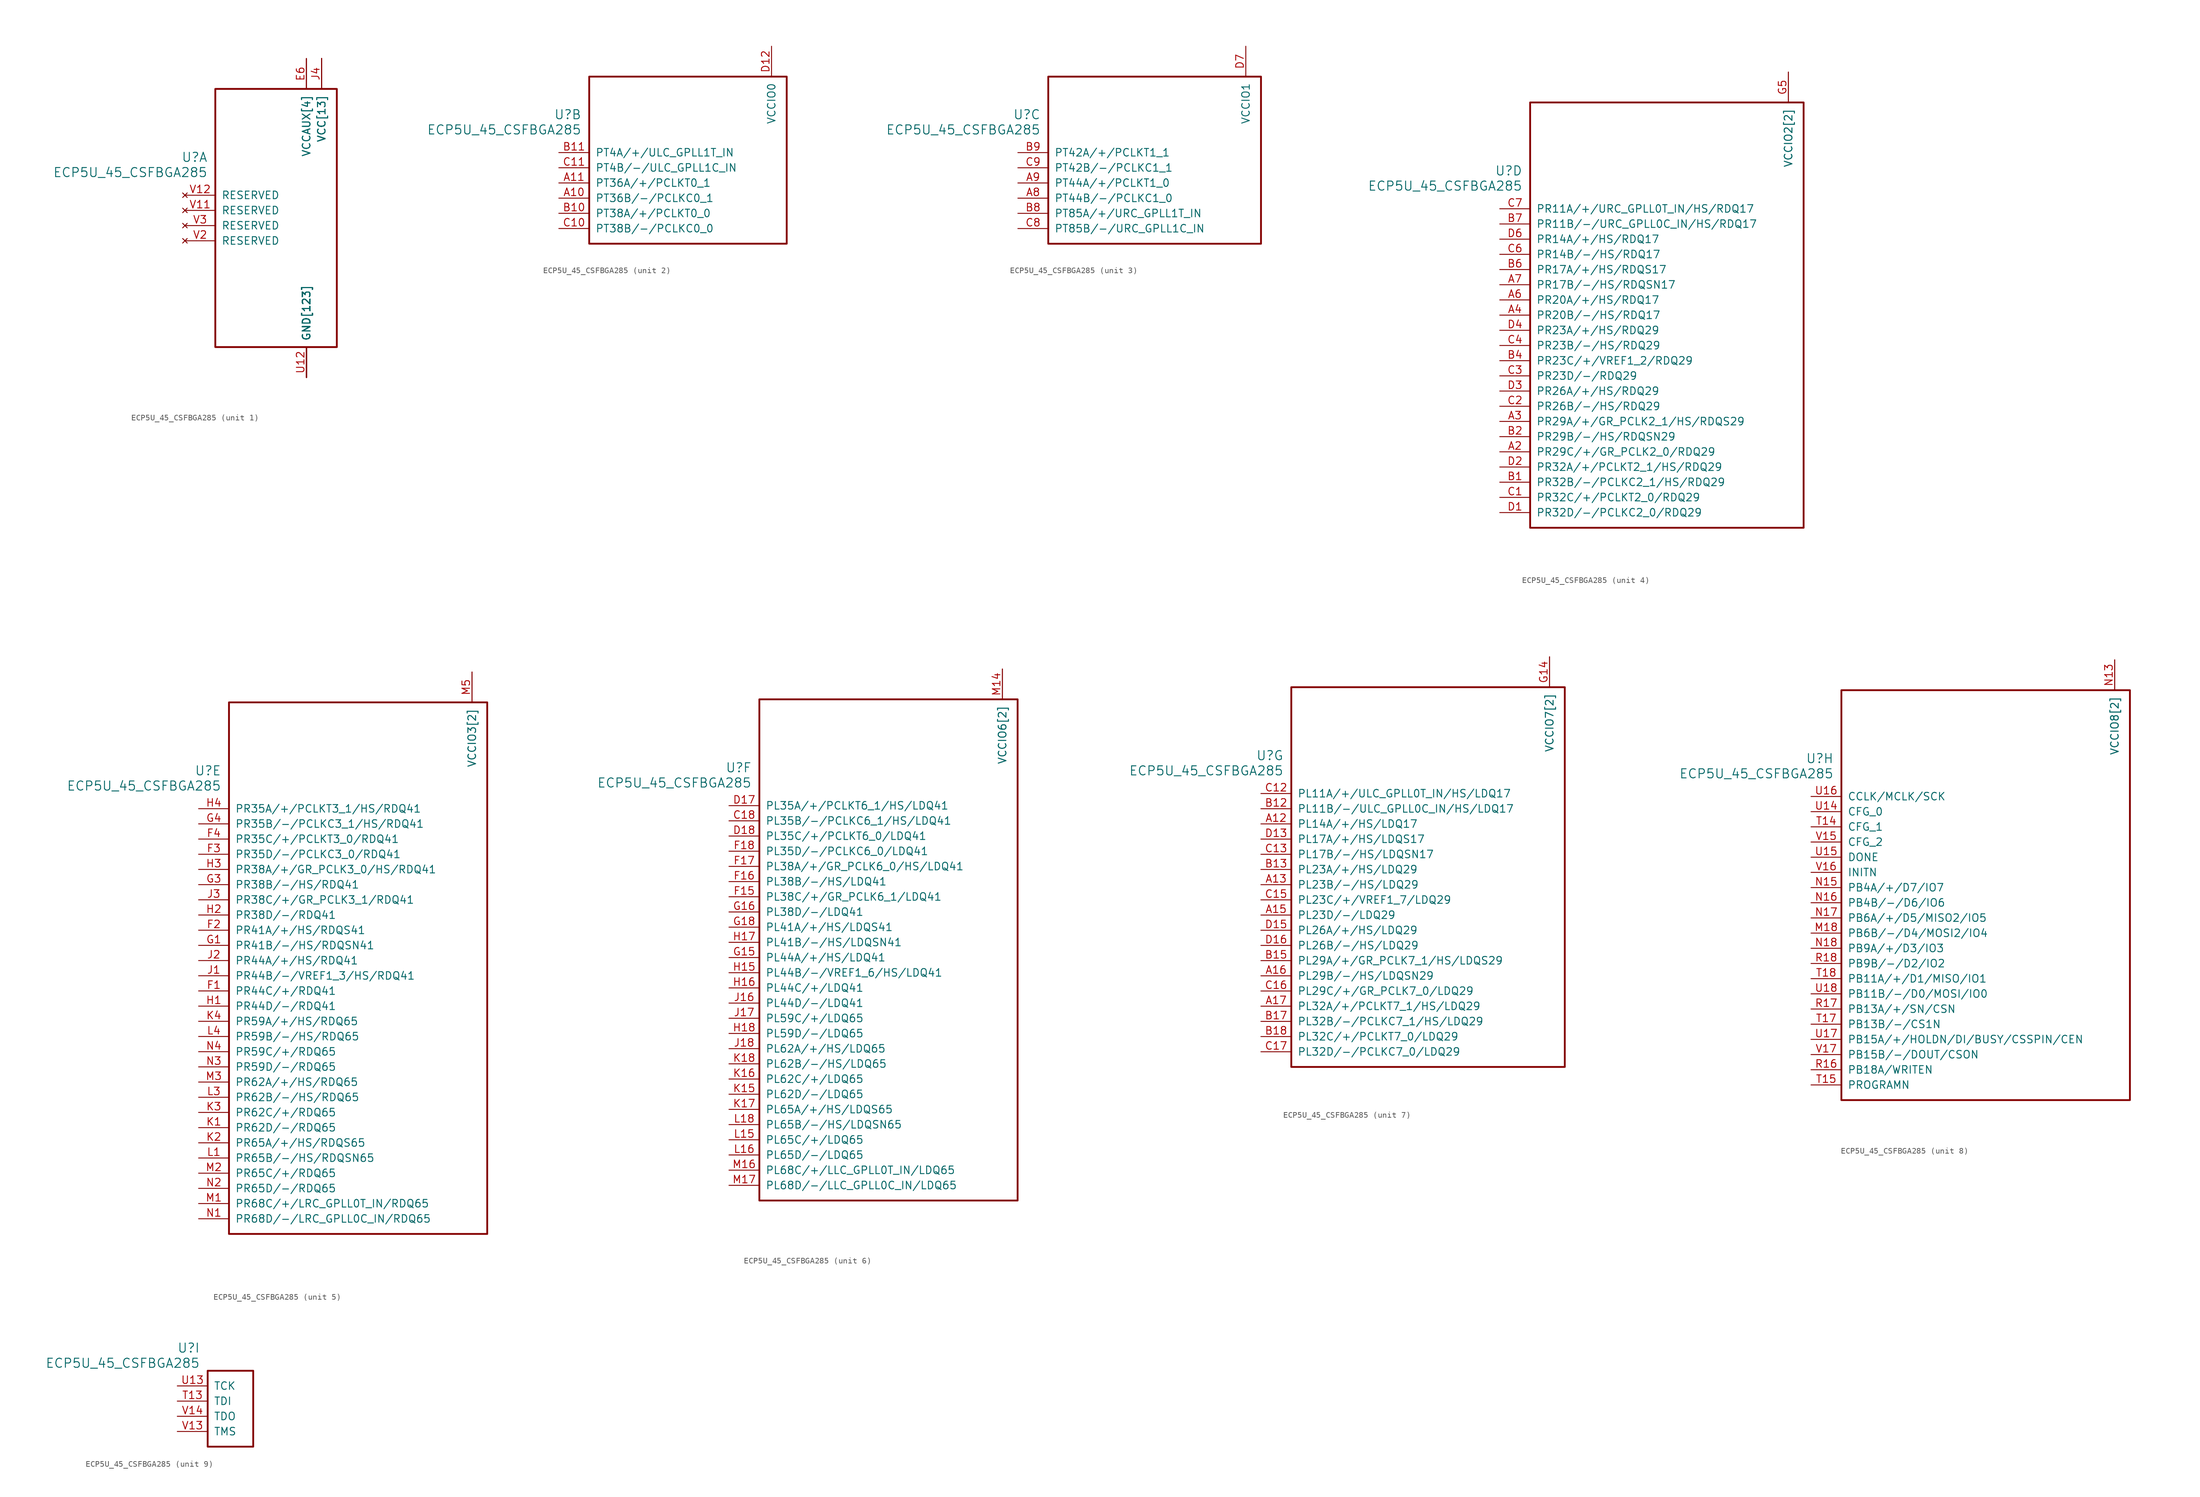
<source format=kicad_sym>
(kicad_symbol_lib
  (version 20241209)
  (generator "kicad_symbol_editor")
  (generator_version "9.0")
  (symbol "ECP5U_45_CSFBGA285"
    (pin_names
      (offset 1.016))
    (property "Reference" "U"
      (at 3.81 6.35 0)
      (effects (font (size 1.524 1.524)) (justify right)))
    (property "Value" "ECP5U_45_CSFBGA285"
      (at 3.81 3.81 0)
      (effects (font (size 1.524 1.524)) (justify right)))
    (property "ki_locked" ""
      (at 0 0 0)
      (effects (font (size 1.27 1.27))))
    (symbol "ECP5U_45_CSFBGA285_1_1"
      (rectangle (start 5.08 17.78) (end 25.4 -25.4) (stroke (width 0.305) (type solid)) (fill (type none)))
      (pin no_connect line (at 0 0 0) (length 5.08) (name "RESERVED" (effects (font (size 1.27 1.27)))) (number "V12" (effects (font (size 1.27 1.27)))))
      (pin no_connect line (at 0 -2.54 0) (length 5.08) (name "RESERVED" (effects (font (size 1.27 1.27)))) (number "V11" (effects (font (size 1.27 1.27)))))
      (pin no_connect line (at 0 -5.08 0) (length 5.08) (name "RESERVED" (effects (font (size 1.27 1.27)))) (number "V3" (effects (font (size 1.27 1.27)))))
      (pin no_connect line (at 0 -7.62 0) (length 5.08) (name "RESERVED" (effects (font (size 1.27 1.27)))) (number "V2" (effects (font (size 1.27 1.27)))))
      (pin power_in line (at 20.32 22.86 270) (length 5.08) (name "VCCAUX[4]" (effects (font (size 1.27 1.27)))) (number "E13" (effects (font (size 0 0)))))
      (pin power_in line (at 20.32 22.86 270) (length 5.08) (name "VCCAUX[4]" (effects (font (size 1.27 1.27)))) (number "E6" (effects (font (size 1.27 1.27)))))
      (pin power_in line (at 20.32 22.86 270) (length 5.08) (name "VCCAUX[4]" (effects (font (size 1.27 1.27)))) (number "N6" (effects (font (size 0 0)))))
      (pin power_in line (at 20.32 22.86 270) (length 5.08) (name "VCCAUX[4]" (effects (font (size 1.27 1.27)))) (number "P13" (effects (font (size 0 0)))))
      (pin power_in line (at 20.32 -30.48 90) (length 5.08) (name "GND[123]" (effects (font (size 1.27 1.27)))) (number "B16" (effects (font (size 0 0)))))
      (pin power_in line (at 20.32 -30.48 90) (length 5.08) (name "GND[123]" (effects (font (size 1.27 1.27)))) (number "B3" (effects (font (size 0 0)))))
      (pin power_in line (at 20.32 -30.48 90) (length 5.08) (name "GND[123]" (effects (font (size 1.27 1.27)))) (number "E10" (effects (font (size 0 0)))))
      (pin power_in line (at 20.32 -30.48 90) (length 5.08) (name "GND[123]" (effects (font (size 1.27 1.27)))) (number "E11" (effects (font (size 0 0)))))
      (pin power_in line (at 20.32 -30.48 90) (length 5.08) (name "GND[123]" (effects (font (size 1.27 1.27)))) (number "E12" (effects (font (size 0 0)))))
      (pin power_in line (at 20.32 -30.48 90) (length 5.08) (name "GND[123]" (effects (font (size 1.27 1.27)))) (number "E14" (effects (font (size 0 0)))))
      (pin power_in line (at 20.32 -30.48 90) (length 5.08) (name "GND[123]" (effects (font (size 1.27 1.27)))) (number "E5" (effects (font (size 0 0)))))
      (pin power_in line (at 20.32 -30.48 90) (length 5.08) (name "GND[123]" (effects (font (size 1.27 1.27)))) (number "E7" (effects (font (size 0 0)))))
      (pin power_in line (at 20.32 -30.48 90) (length 5.08) (name "GND[123]" (effects (font (size 1.27 1.27)))) (number "E8" (effects (font (size 0 0)))))
      (pin power_in line (at 20.32 -30.48 90) (length 5.08) (name "GND[123]" (effects (font (size 1.27 1.27)))) (number "E9" (effects (font (size 0 0)))))
      (pin power_in line (at 20.32 -30.48 90) (length 5.08) (name "GND[123]" (effects (font (size 1.27 1.27)))) (number "F10" (effects (font (size 0 0)))))
      (pin power_in line (at 20.32 -30.48 90) (length 5.08) (name "GND[123]" (effects (font (size 1.27 1.27)))) (number "F11" (effects (font (size 0 0)))))
      (pin power_in line (at 20.32 -30.48 90) (length 5.08) (name "GND[123]" (effects (font (size 1.27 1.27)))) (number "F12" (effects (font (size 0 0)))))
      (pin power_in line (at 20.32 -30.48 90) (length 5.08) (name "GND[123]" (effects (font (size 1.27 1.27)))) (number "F13" (effects (font (size 0 0)))))
      (pin power_in line (at 20.32 -30.48 90) (length 5.08) (name "GND[123]" (effects (font (size 1.27 1.27)))) (number "F14" (effects (font (size 0 0)))))
      (pin power_in line (at 20.32 -30.48 90) (length 5.08) (name "GND[123]" (effects (font (size 1.27 1.27)))) (number "F5" (effects (font (size 0 0)))))
      (pin power_in line (at 20.32 -30.48 90) (length 5.08) (name "GND[123]" (effects (font (size 1.27 1.27)))) (number "F6" (effects (font (size 0 0)))))
      (pin power_in line (at 20.32 -30.48 90) (length 5.08) (name "GND[123]" (effects (font (size 1.27 1.27)))) (number "F7" (effects (font (size 0 0)))))
      (pin power_in line (at 20.32 -30.48 90) (length 5.08) (name "GND[123]" (effects (font (size 1.27 1.27)))) (number "F8" (effects (font (size 0 0)))))
      (pin power_in line (at 20.32 -30.48 90) (length 5.08) (name "GND[123]" (effects (font (size 1.27 1.27)))) (number "F9" (effects (font (size 0 0)))))
      (pin power_in line (at 20.32 -30.48 90) (length 5.08) (name "GND[123]" (effects (font (size 1.27 1.27)))) (number "G10" (effects (font (size 0 0)))))
      (pin power_in line (at 20.32 -30.48 90) (length 5.08) (name "GND[123]" (effects (font (size 1.27 1.27)))) (number "G11" (effects (font (size 0 0)))))
      (pin power_in line (at 20.32 -30.48 90) (length 5.08) (name "GND[123]" (effects (font (size 1.27 1.27)))) (number "G12" (effects (font (size 0 0)))))
      (pin power_in line (at 20.32 -30.48 90) (length 5.08) (name "GND[123]" (effects (font (size 1.27 1.27)))) (number "G13" (effects (font (size 0 0)))))
      (pin power_in line (at 20.32 -30.48 90) (length 5.08) (name "GND[123]" (effects (font (size 1.27 1.27)))) (number "G17" (effects (font (size 0 0)))))
      (pin power_in line (at 20.32 -30.48 90) (length 5.08) (name "GND[123]" (effects (font (size 1.27 1.27)))) (number "G2" (effects (font (size 0 0)))))
      (pin power_in line (at 20.32 -30.48 90) (length 5.08) (name "GND[123]" (effects (font (size 1.27 1.27)))) (number "G6" (effects (font (size 0 0)))))
      (pin power_in line (at 20.32 -30.48 90) (length 5.08) (name "GND[123]" (effects (font (size 1.27 1.27)))) (number "G7" (effects (font (size 0 0)))))
      (pin power_in line (at 20.32 -30.48 90) (length 5.08) (name "GND[123]" (effects (font (size 1.27 1.27)))) (number "G8" (effects (font (size 0 0)))))
      (pin power_in line (at 20.32 -30.48 90) (length 5.08) (name "GND[123]" (effects (font (size 1.27 1.27)))) (number "G9" (effects (font (size 0 0)))))
      (pin power_in line (at 20.32 -30.48 90) (length 5.08) (name "GND[123]" (effects (font (size 1.27 1.27)))) (number "H10" (effects (font (size 0 0)))))
      (pin power_in line (at 20.32 -30.48 90) (length 5.08) (name "GND[123]" (effects (font (size 1.27 1.27)))) (number "H11" (effects (font (size 0 0)))))
      (pin power_in line (at 20.32 -30.48 90) (length 5.08) (name "GND[123]" (effects (font (size 1.27 1.27)))) (number "H12" (effects (font (size 0 0)))))
      (pin power_in line (at 20.32 -30.48 90) (length 5.08) (name "GND[123]" (effects (font (size 1.27 1.27)))) (number "H13" (effects (font (size 0 0)))))
      (pin power_in line (at 20.32 -30.48 90) (length 5.08) (name "GND[123]" (effects (font (size 1.27 1.27)))) (number "H6" (effects (font (size 0 0)))))
      (pin power_in line (at 20.32 -30.48 90) (length 5.08) (name "GND[123]" (effects (font (size 1.27 1.27)))) (number "H7" (effects (font (size 0 0)))))
      (pin power_in line (at 20.32 -30.48 90) (length 5.08) (name "GND[123]" (effects (font (size 1.27 1.27)))) (number "H8" (effects (font (size 0 0)))))
      (pin power_in line (at 20.32 -30.48 90) (length 5.08) (name "GND[123]" (effects (font (size 1.27 1.27)))) (number "H9" (effects (font (size 0 0)))))
      (pin power_in line (at 20.32 -30.48 90) (length 5.08) (name "GND[123]" (effects (font (size 1.27 1.27)))) (number "J10" (effects (font (size 0 0)))))
      (pin power_in line (at 20.32 -30.48 90) (length 5.08) (name "GND[123]" (effects (font (size 1.27 1.27)))) (number "J11" (effects (font (size 0 0)))))
      (pin power_in line (at 20.32 -30.48 90) (length 5.08) (name "GND[123]" (effects (font (size 1.27 1.27)))) (number "J12" (effects (font (size 0 0)))))
      (pin power_in line (at 20.32 -30.48 90) (length 5.08) (name "GND[123]" (effects (font (size 1.27 1.27)))) (number "J13" (effects (font (size 0 0)))))
      (pin power_in line (at 20.32 -30.48 90) (length 5.08) (name "GND[123]" (effects (font (size 1.27 1.27)))) (number "J6" (effects (font (size 0 0)))))
      (pin power_in line (at 20.32 -30.48 90) (length 5.08) (name "GND[123]" (effects (font (size 1.27 1.27)))) (number "J7" (effects (font (size 0 0)))))
      (pin power_in line (at 20.32 -30.48 90) (length 5.08) (name "GND[123]" (effects (font (size 1.27 1.27)))) (number "J8" (effects (font (size 0 0)))))
      (pin power_in line (at 20.32 -30.48 90) (length 5.08) (name "GND[123]" (effects (font (size 1.27 1.27)))) (number "J9" (effects (font (size 0 0)))))
      (pin power_in line (at 20.32 -30.48 90) (length 5.08) (name "GND[123]" (effects (font (size 1.27 1.27)))) (number "K10" (effects (font (size 0 0)))))
      (pin power_in line (at 20.32 -30.48 90) (length 5.08) (name "GND[123]" (effects (font (size 1.27 1.27)))) (number "K11" (effects (font (size 0 0)))))
      (pin power_in line (at 20.32 -30.48 90) (length 5.08) (name "GND[123]" (effects (font (size 1.27 1.27)))) (number "K12" (effects (font (size 0 0)))))
      (pin power_in line (at 20.32 -30.48 90) (length 5.08) (name "GND[123]" (effects (font (size 1.27 1.27)))) (number "K13" (effects (font (size 0 0)))))
      (pin power_in line (at 20.32 -30.48 90) (length 5.08) (name "GND[123]" (effects (font (size 1.27 1.27)))) (number "K14" (effects (font (size 0 0)))))
      (pin power_in line (at 20.32 -30.48 90) (length 5.08) (name "GND[123]" (effects (font (size 1.27 1.27)))) (number "K5" (effects (font (size 0 0)))))
      (pin power_in line (at 20.32 -30.48 90) (length 5.08) (name "GND[123]" (effects (font (size 1.27 1.27)))) (number "K6" (effects (font (size 0 0)))))
      (pin power_in line (at 20.32 -30.48 90) (length 5.08) (name "GND[123]" (effects (font (size 1.27 1.27)))) (number "K7" (effects (font (size 0 0)))))
      (pin power_in line (at 20.32 -30.48 90) (length 5.08) (name "GND[123]" (effects (font (size 1.27 1.27)))) (number "K8" (effects (font (size 0 0)))))
      (pin power_in line (at 20.32 -30.48 90) (length 5.08) (name "GND[123]" (effects (font (size 1.27 1.27)))) (number "K9" (effects (font (size 0 0)))))
      (pin power_in line (at 20.32 -30.48 90) (length 5.08) (name "GND[123]" (effects (font (size 1.27 1.27)))) (number "L10" (effects (font (size 0 0)))))
      (pin power_in line (at 20.32 -30.48 90) (length 5.08) (name "GND[123]" (effects (font (size 1.27 1.27)))) (number "L11" (effects (font (size 0 0)))))
      (pin power_in line (at 20.32 -30.48 90) (length 5.08) (name "GND[123]" (effects (font (size 1.27 1.27)))) (number "L12" (effects (font (size 0 0)))))
      (pin power_in line (at 20.32 -30.48 90) (length 5.08) (name "GND[123]" (effects (font (size 1.27 1.27)))) (number "L13" (effects (font (size 0 0)))))
      (pin power_in line (at 20.32 -30.48 90) (length 5.08) (name "GND[123]" (effects (font (size 1.27 1.27)))) (number "L14" (effects (font (size 0 0)))))
      (pin power_in line (at 20.32 -30.48 90) (length 5.08) (name "GND[123]" (effects (font (size 1.27 1.27)))) (number "L17" (effects (font (size 0 0)))))
      (pin power_in line (at 20.32 -30.48 90) (length 5.08) (name "GND[123]" (effects (font (size 1.27 1.27)))) (number "L2" (effects (font (size 0 0)))))
      (pin power_in line (at 20.32 -30.48 90) (length 5.08) (name "GND[123]" (effects (font (size 1.27 1.27)))) (number "L5" (effects (font (size 0 0)))))
      (pin power_in line (at 20.32 -30.48 90) (length 5.08) (name "GND[123]" (effects (font (size 1.27 1.27)))) (number "L6" (effects (font (size 0 0)))))
      (pin power_in line (at 20.32 -30.48 90) (length 5.08) (name "GND[123]" (effects (font (size 1.27 1.27)))) (number "L7" (effects (font (size 0 0)))))
      (pin power_in line (at 20.32 -30.48 90) (length 5.08) (name "GND[123]" (effects (font (size 1.27 1.27)))) (number "L8" (effects (font (size 0 0)))))
      (pin power_in line (at 20.32 -30.48 90) (length 5.08) (name "GND[123]" (effects (font (size 1.27 1.27)))) (number "L9" (effects (font (size 0 0)))))
      (pin power_in line (at 20.32 -30.48 90) (length 5.08) (name "GND[123]" (effects (font (size 1.27 1.27)))) (number "M10" (effects (font (size 0 0)))))
      (pin power_in line (at 20.32 -30.48 90) (length 5.08) (name "GND[123]" (effects (font (size 1.27 1.27)))) (number "M11" (effects (font (size 0 0)))))
      (pin power_in line (at 20.32 -30.48 90) (length 5.08) (name "GND[123]" (effects (font (size 1.27 1.27)))) (number "M12" (effects (font (size 0 0)))))
      (pin power_in line (at 20.32 -30.48 90) (length 5.08) (name "GND[123]" (effects (font (size 1.27 1.27)))) (number "M13" (effects (font (size 0 0)))))
      (pin power_in line (at 20.32 -30.48 90) (length 5.08) (name "GND[123]" (effects (font (size 1.27 1.27)))) (number "M6" (effects (font (size 0 0)))))
      (pin power_in line (at 20.32 -30.48 90) (length 5.08) (name "GND[123]" (effects (font (size 1.27 1.27)))) (number "M7" (effects (font (size 0 0)))))
      (pin power_in line (at 20.32 -30.48 90) (length 5.08) (name "GND[123]" (effects (font (size 1.27 1.27)))) (number "M8" (effects (font (size 0 0)))))
      (pin power_in line (at 20.32 -30.48 90) (length 5.08) (name "GND[123]" (effects (font (size 1.27 1.27)))) (number "M9" (effects (font (size 0 0)))))
      (pin power_in line (at 20.32 -30.48 90) (length 5.08) (name "GND[123]" (effects (font (size 1.27 1.27)))) (number "N10" (effects (font (size 0 0)))))
      (pin power_in line (at 20.32 -30.48 90) (length 5.08) (name "GND[123]" (effects (font (size 1.27 1.27)))) (number "N11" (effects (font (size 0 0)))))
      (pin power_in line (at 20.32 -30.48 90) (length 5.08) (name "GND[123]" (effects (font (size 1.27 1.27)))) (number "N12" (effects (font (size 0 0)))))
      (pin power_in line (at 20.32 -30.48 90) (length 5.08) (name "GND[123]" (effects (font (size 1.27 1.27)))) (number "N7" (effects (font (size 0 0)))))
      (pin power_in line (at 20.32 -30.48 90) (length 5.08) (name "GND[123]" (effects (font (size 1.27 1.27)))) (number "N8" (effects (font (size 0 0)))))
      (pin power_in line (at 20.32 -30.48 90) (length 5.08) (name "GND[123]" (effects (font (size 1.27 1.27)))) (number "N9" (effects (font (size 0 0)))))
      (pin power_in line (at 20.32 -30.48 90) (length 5.08) (name "GND[123]" (effects (font (size 1.27 1.27)))) (number "P10" (effects (font (size 0 0)))))
      (pin power_in line (at 20.32 -30.48 90) (length 5.08) (name "GND[123]" (effects (font (size 1.27 1.27)))) (number "P12" (effects (font (size 0 0)))))
      (pin power_in line (at 20.32 -30.48 90) (length 5.08) (name "GND[123]" (effects (font (size 1.27 1.27)))) (number "P5" (effects (font (size 0 0)))))
      (pin power_in line (at 20.32 -30.48 90) (length 5.08) (name "GND[123]" (effects (font (size 1.27 1.27)))) (number "P6" (effects (font (size 0 0)))))
      (pin power_in line (at 20.32 -30.48 90) (length 5.08) (name "GND[123]" (effects (font (size 1.27 1.27)))) (number "P8" (effects (font (size 0 0)))))
      (pin power_in line (at 20.32 -30.48 90) (length 5.08) (name "GND[123]" (effects (font (size 1.27 1.27)))) (number "R1" (effects (font (size 0 0)))))
      (pin power_in line (at 20.32 -30.48 90) (length 5.08) (name "GND[123]" (effects (font (size 1.27 1.27)))) (number "R10" (effects (font (size 0 0)))))
      (pin power_in line (at 20.32 -30.48 90) (length 5.08) (name "GND[123]" (effects (font (size 1.27 1.27)))) (number "R2" (effects (font (size 0 0)))))
      (pin power_in line (at 20.32 -30.48 90) (length 5.08) (name "GND[123]" (effects (font (size 1.27 1.27)))) (number "R3" (effects (font (size 0 0)))))
      (pin power_in line (at 20.32 -30.48 90) (length 5.08) (name "GND[123]" (effects (font (size 1.27 1.27)))) (number "T1" (effects (font (size 0 0)))))
      (pin power_in line (at 20.32 -30.48 90) (length 5.08) (name "GND[123]" (effects (font (size 1.27 1.27)))) (number "T10" (effects (font (size 0 0)))))
      (pin power_in line (at 20.32 -30.48 90) (length 5.08) (name "GND[123]" (effects (font (size 1.27 1.27)))) (number "T11" (effects (font (size 0 0)))))
      (pin power_in line (at 20.32 -30.48 90) (length 5.08) (name "GND[123]" (effects (font (size 1.27 1.27)))) (number "T12" (effects (font (size 0 0)))))
      (pin power_in line (at 20.32 -30.48 90) (length 5.08) (name "GND[123]" (effects (font (size 1.27 1.27)))) (number "T16" (effects (font (size 0 0)))))
      (pin power_in line (at 20.32 -30.48 90) (length 5.08) (name "GND[123]" (effects (font (size 1.27 1.27)))) (number "T2" (effects (font (size 0 0)))))
      (pin power_in line (at 20.32 -30.48 90) (length 5.08) (name "GND[123]" (effects (font (size 1.27 1.27)))) (number "T3" (effects (font (size 0 0)))))
      (pin power_in line (at 20.32 -30.48 90) (length 5.08) (name "GND[123]" (effects (font (size 1.27 1.27)))) (number "T4" (effects (font (size 0 0)))))
      (pin power_in line (at 20.32 -30.48 90) (length 5.08) (name "GND[123]" (effects (font (size 1.27 1.27)))) (number "T5" (effects (font (size 0 0)))))
      (pin power_in line (at 20.32 -30.48 90) (length 5.08) (name "GND[123]" (effects (font (size 1.27 1.27)))) (number "T6" (effects (font (size 0 0)))))
      (pin power_in line (at 20.32 -30.48 90) (length 5.08) (name "GND[123]" (effects (font (size 1.27 1.27)))) (number "T7" (effects (font (size 0 0)))))
      (pin power_in line (at 20.32 -30.48 90) (length 5.08) (name "GND[123]" (effects (font (size 1.27 1.27)))) (number "T8" (effects (font (size 0 0)))))
      (pin power_in line (at 20.32 -30.48 90) (length 5.08) (name "GND[123]" (effects (font (size 1.27 1.27)))) (number "T9" (effects (font (size 0 0)))))
      (pin power_in line (at 20.32 -30.48 90) (length 5.08) (name "GND[123]" (effects (font (size 1.27 1.27)))) (number "U1" (effects (font (size 0 0)))))
      (pin power_in line (at 20.32 -30.48 90) (length 5.08) (name "GND[123]" (effects (font (size 1.27 1.27)))) (number "U10" (effects (font (size 0 0)))))
      (pin power_in line (at 20.32 -30.48 90) (length 5.08) (name "GND[123]" (effects (font (size 1.27 1.27)))) (number "U11" (effects (font (size 0 0)))))
      (pin power_in line (at 20.32 -30.48 90) (length 5.08) (name "GND[123]" (effects (font (size 1.27 1.27)))) (number "U12" (effects (font (size 1.27 1.27)))))
      (pin power_in line (at 20.32 -30.48 90) (length 5.08) (name "GND[123]" (effects (font (size 1.27 1.27)))) (number "U2" (effects (font (size 0 0)))))
      (pin power_in line (at 20.32 -30.48 90) (length 5.08) (name "GND[123]" (effects (font (size 1.27 1.27)))) (number "U3" (effects (font (size 0 0)))))
      (pin power_in line (at 20.32 -30.48 90) (length 5.08) (name "GND[123]" (effects (font (size 1.27 1.27)))) (number "U4" (effects (font (size 0 0)))))
      (pin power_in line (at 20.32 -30.48 90) (length 5.08) (name "GND[123]" (effects (font (size 1.27 1.27)))) (number "U5" (effects (font (size 0 0)))))
      (pin power_in line (at 20.32 -30.48 90) (length 5.08) (name "GND[123]" (effects (font (size 1.27 1.27)))) (number "U6" (effects (font (size 0 0)))))
      (pin power_in line (at 20.32 -30.48 90) (length 5.08) (name "GND[123]" (effects (font (size 1.27 1.27)))) (number "U7" (effects (font (size 0 0)))))
      (pin power_in line (at 20.32 -30.48 90) (length 5.08) (name "GND[123]" (effects (font (size 1.27 1.27)))) (number "U8" (effects (font (size 0 0)))))
      (pin power_in line (at 20.32 -30.48 90) (length 5.08) (name "GND[123]" (effects (font (size 1.27 1.27)))) (number "U9" (effects (font (size 0 0)))))
      (pin power_in line (at 20.32 -30.48 90) (length 5.08) (name "GND[123]" (effects (font (size 1.27 1.27)))) (number "V10" (effects (font (size 0 0)))))
      (pin power_in line (at 20.32 -30.48 90) (length 5.08) (name "GND[123]" (effects (font (size 1.27 1.27)))) (number "V4" (effects (font (size 0 0)))))
      (pin power_in line (at 20.32 -30.48 90) (length 5.08) (name "GND[123]" (effects (font (size 1.27 1.27)))) (number "V5" (effects (font (size 0 0)))))
      (pin power_in line (at 20.32 -30.48 90) (length 5.08) (name "GND[123]" (effects (font (size 1.27 1.27)))) (number "V6" (effects (font (size 0 0)))))
      (pin power_in line (at 20.32 -30.48 90) (length 5.08) (name "GND[123]" (effects (font (size 1.27 1.27)))) (number "V7" (effects (font (size 0 0)))))
      (pin power_in line (at 20.32 -30.48 90) (length 5.08) (name "GND[123]" (effects (font (size 1.27 1.27)))) (number "V8" (effects (font (size 0 0)))))
      (pin power_in line (at 20.32 -30.48 90) (length 5.08) (name "GND[123]" (effects (font (size 1.27 1.27)))) (number "V9" (effects (font (size 0 0)))))
      (pin power_in line (at 22.86 22.86 270) (length 5.08) (name "VCC[13]" (effects (font (size 1.27 1.27)))) (number "D10" (effects (font (size 0 0)))))
      (pin power_in line (at 22.86 22.86 270) (length 5.08) (name "VCC[13]" (effects (font (size 1.27 1.27)))) (number "D11" (effects (font (size 0 0)))))
      (pin power_in line (at 22.86 22.86 270) (length 5.08) (name "VCC[13]" (effects (font (size 1.27 1.27)))) (number "D8" (effects (font (size 0 0)))))
      (pin power_in line (at 22.86 22.86 270) (length 5.08) (name "VCC[13]" (effects (font (size 1.27 1.27)))) (number "D9" (effects (font (size 0 0)))))
      (pin power_in line (at 22.86 22.86 270) (length 5.08) (name "VCC[13]" (effects (font (size 1.27 1.27)))) (number "J14" (effects (font (size 0 0)))))
      (pin power_in line (at 22.86 22.86 270) (length 5.08) (name "VCC[13]" (effects (font (size 1.27 1.27)))) (number "J15" (effects (font (size 0 0)))))
      (pin power_in line (at 22.86 22.86 270) (length 5.08) (name "VCC[13]" (effects (font (size 1.27 1.27)))) (number "J4" (effects (font (size 1.27 1.27)))))
      (pin power_in line (at 22.86 22.86 270) (length 5.08) (name "VCC[13]" (effects (font (size 1.27 1.27)))) (number "J5" (effects (font (size 0 0)))))
      (pin power_in line (at 22.86 22.86 270) (length 5.08) (name "VCC[13]" (effects (font (size 1.27 1.27)))) (number "M15" (effects (font (size 0 0)))))
      (pin power_in line (at 22.86 22.86 270) (length 5.08) (name "VCC[13]" (effects (font (size 1.27 1.27)))) (number "M4" (effects (font (size 0 0)))))
      (pin power_in line (at 22.86 22.86 270) (length 5.08) (name "VCC[13]" (effects (font (size 1.27 1.27)))) (number "P11" (effects (font (size 0 0)))))
      (pin power_in line (at 22.86 22.86 270) (length 5.08) (name "VCC[13]" (effects (font (size 1.27 1.27)))) (number "P7" (effects (font (size 0 0)))))
      (pin power_in line (at 22.86 22.86 270) (length 5.08) (name "VCC[13]" (effects (font (size 1.27 1.27)))) (number "P9" (effects (font (size 0 0))))))
    (symbol "ECP5U_45_CSFBGA285_2_1"
      (rectangle (start 5.08 12.7) (end 38.1 -15.24) (stroke (width 0.305) (type solid)) (fill (type none)))
      (pin bidirectional line (at 0 0 0) (length 5.08) (name "PT4A/+/ULC_GPLL1T_IN" (effects (font (size 1.27 1.27)))) (number "B11" (effects (font (size 1.27 1.27)))))
      (pin bidirectional line (at 0 -2.54 0) (length 5.08) (name "PT4B/-/ULC_GPLL1C_IN" (effects (font (size 1.27 1.27)))) (number "C11" (effects (font (size 1.27 1.27)))))
      (pin bidirectional line (at 0 -5.08 0) (length 5.08) (name "PT36A/+/PCLKT0_1" (effects (font (size 1.27 1.27)))) (number "A11" (effects (font (size 1.27 1.27)))))
      (pin bidirectional line (at 0 -7.62 0) (length 5.08) (name "PT36B/-/PCLKC0_1" (effects (font (size 1.27 1.27)))) (number "A10" (effects (font (size 1.27 1.27)))))
      (pin bidirectional line (at 0 -10.16 0) (length 5.08) (name "PT38A/+/PCLKT0_0" (effects (font (size 1.27 1.27)))) (number "B10" (effects (font (size 1.27 1.27)))))
      (pin bidirectional line (at 0 -12.7 0) (length 5.08) (name "PT38B/-/PCLKC0_0" (effects (font (size 1.27 1.27)))) (number "C10" (effects (font (size 1.27 1.27)))))
      (pin power_in line (at 35.56 17.78 270) (length 5.08) (name "VCCIO0" (effects (font (size 1.27 1.27)))) (number "D12" (effects (font (size 1.27 1.27))))))
    (symbol "ECP5U_45_CSFBGA285_3_1"
      (rectangle (start 5.08 12.7) (end 40.64 -15.24) (stroke (width 0.305) (type solid)) (fill (type none)))
      (pin bidirectional line (at 0 0 0) (length 5.08) (name "PT42A/+/PCLKT1_1" (effects (font (size 1.27 1.27)))) (number "B9" (effects (font (size 1.27 1.27)))))
      (pin bidirectional line (at 0 -2.54 0) (length 5.08) (name "PT42B/-/PCLKC1_1" (effects (font (size 1.27 1.27)))) (number "C9" (effects (font (size 1.27 1.27)))))
      (pin bidirectional line (at 0 -5.08 0) (length 5.08) (name "PT44A/+/PCLKT1_0" (effects (font (size 1.27 1.27)))) (number "A9" (effects (font (size 1.27 1.27)))))
      (pin bidirectional line (at 0 -7.62 0) (length 5.08) (name "PT44B/-/PCLKC1_0" (effects (font (size 1.27 1.27)))) (number "A8" (effects (font (size 1.27 1.27)))))
      (pin bidirectional line (at 0 -10.16 0) (length 5.08) (name "PT85A/+/URC_GPLL1T_IN" (effects (font (size 1.27 1.27)))) (number "B8" (effects (font (size 1.27 1.27)))))
      (pin bidirectional line (at 0 -12.7 0) (length 5.08) (name "PT85B/-/URC_GPLL1C_IN" (effects (font (size 1.27 1.27)))) (number "C8" (effects (font (size 1.27 1.27)))))
      (pin power_in line (at 38.1 17.78 270) (length 5.08) (name "VCCIO1" (effects (font (size 1.27 1.27)))) (number "D7" (effects (font (size 1.27 1.27))))))
    (symbol "ECP5U_45_CSFBGA285_4_1"
      (rectangle (start 5.08 17.78) (end 50.8 -53.34) (stroke (width 0.305) (type solid)) (fill (type none)))
      (pin bidirectional line (at 0 0 0) (length 5.08) (name "PR11A/+/URC_GPLL0T_IN/HS/RDQ17" (effects (font (size 1.27 1.27)))) (number "C7" (effects (font (size 1.27 1.27)))))
      (pin bidirectional line (at 0 -2.54 0) (length 5.08) (name "PR11B/-/URC_GPLL0C_IN/HS/RDQ17" (effects (font (size 1.27 1.27)))) (number "B7" (effects (font (size 1.27 1.27)))))
      (pin bidirectional line (at 0 -5.08 0) (length 5.08) (name "PR14A/+/HS/RDQ17" (effects (font (size 1.27 1.27)))) (number "D6" (effects (font (size 1.27 1.27)))))
      (pin bidirectional line (at 0 -7.62 0) (length 5.08) (name "PR14B/-/HS/RDQ17" (effects (font (size 1.27 1.27)))) (number "C6" (effects (font (size 1.27 1.27)))))
      (pin bidirectional line (at 0 -10.16 0) (length 5.08) (name "PR17A/+/HS/RDQS17" (effects (font (size 1.27 1.27)))) (number "B6" (effects (font (size 1.27 1.27)))))
      (pin bidirectional line (at 0 -12.7 0) (length 5.08) (name "PR17B/-/HS/RDQSN17" (effects (font (size 1.27 1.27)))) (number "A7" (effects (font (size 1.27 1.27)))))
      (pin bidirectional line (at 0 -15.24 0) (length 5.08) (name "PR20A/+/HS/RDQ17" (effects (font (size 1.27 1.27)))) (number "A6" (effects (font (size 1.27 1.27)))))
      (pin bidirectional line (at 0 -17.78 0) (length 5.08) (name "PR20B/-/HS/RDQ17" (effects (font (size 1.27 1.27)))) (number "A4" (effects (font (size 1.27 1.27)))))
      (pin bidirectional line (at 0 -20.32 0) (length 5.08) (name "PR23A/+/HS/RDQ29" (effects (font (size 1.27 1.27)))) (number "D4" (effects (font (size 1.27 1.27)))))
      (pin bidirectional line (at 0 -22.86 0) (length 5.08) (name "PR23B/-/HS/RDQ29" (effects (font (size 1.27 1.27)))) (number "C4" (effects (font (size 1.27 1.27)))))
      (pin bidirectional line (at 0 -25.4 0) (length 5.08) (name "PR23C/+/VREF1_2/RDQ29" (effects (font (size 1.27 1.27)))) (number "B4" (effects (font (size 1.27 1.27)))))
      (pin bidirectional line (at 0 -27.94 0) (length 5.08) (name "PR23D/-/RDQ29" (effects (font (size 1.27 1.27)))) (number "C3" (effects (font (size 1.27 1.27)))))
      (pin bidirectional line (at 0 -30.48 0) (length 5.08) (name "PR26A/+/HS/RDQ29" (effects (font (size 1.27 1.27)))) (number "D3" (effects (font (size 1.27 1.27)))))
      (pin bidirectional line (at 0 -33.02 0) (length 5.08) (name "PR26B/-/HS/RDQ29" (effects (font (size 1.27 1.27)))) (number "C2" (effects (font (size 1.27 1.27)))))
      (pin bidirectional line (at 0 -35.56 0) (length 5.08) (name "PR29A/+/GR_PCLK2_1/HS/RDQS29" (effects (font (size 1.27 1.27)))) (number "A3" (effects (font (size 1.27 1.27)))))
      (pin bidirectional line (at 0 -38.1 0) (length 5.08) (name "PR29B/-/HS/RDQSN29" (effects (font (size 1.27 1.27)))) (number "B2" (effects (font (size 1.27 1.27)))))
      (pin bidirectional line (at 0 -40.64 0) (length 5.08) (name "PR29C/+/GR_PCLK2_0/RDQ29" (effects (font (size 1.27 1.27)))) (number "A2" (effects (font (size 1.27 1.27)))))
      (pin bidirectional line (at 0 -43.18 0) (length 5.08) (name "PR32A/+/PCLKT2_1/HS/RDQ29" (effects (font (size 1.27 1.27)))) (number "D2" (effects (font (size 1.27 1.27)))))
      (pin bidirectional line (at 0 -45.72 0) (length 5.08) (name "PR32B/-/PCLKC2_1/HS/RDQ29" (effects (font (size 1.27 1.27)))) (number "B1" (effects (font (size 1.27 1.27)))))
      (pin bidirectional line (at 0 -48.26 0) (length 5.08) (name "PR32C/+/PCLKT2_0/RDQ29" (effects (font (size 1.27 1.27)))) (number "C1" (effects (font (size 1.27 1.27)))))
      (pin bidirectional line (at 0 -50.8 0) (length 5.08) (name "PR32D/-/PCLKC2_0/RDQ29" (effects (font (size 1.27 1.27)))) (number "D1" (effects (font (size 1.27 1.27)))))
      (pin power_in line (at 48.26 22.86 270) (length 5.08) (name "VCCIO2[2]" (effects (font (size 1.27 1.27)))) (number "G5" (effects (font (size 1.27 1.27)))))
      (pin power_in line (at 48.26 22.86 270) (length 5.08) (name "VCCIO2[2]" (effects (font (size 1.27 1.27)))) (number "H5" (effects (font (size 0 0))))))
    (symbol "ECP5U_45_CSFBGA285_5_1"
      (rectangle (start 5.08 17.78) (end 48.26 -71.12) (stroke (width 0.305) (type solid)) (fill (type none)))
      (pin bidirectional line (at 0 0 0) (length 5.08) (name "PR35A/+/PCLKT3_1/HS/RDQ41" (effects (font (size 1.27 1.27)))) (number "H4" (effects (font (size 1.27 1.27)))))
      (pin bidirectional line (at 0 -2.54 0) (length 5.08) (name "PR35B/-/PCLKC3_1/HS/RDQ41" (effects (font (size 1.27 1.27)))) (number "G4" (effects (font (size 1.27 1.27)))))
      (pin bidirectional line (at 0 -5.08 0) (length 5.08) (name "PR35C/+/PCLKT3_0/RDQ41" (effects (font (size 1.27 1.27)))) (number "F4" (effects (font (size 1.27 1.27)))))
      (pin bidirectional line (at 0 -7.62 0) (length 5.08) (name "PR35D/-/PCLKC3_0/RDQ41" (effects (font (size 1.27 1.27)))) (number "F3" (effects (font (size 1.27 1.27)))))
      (pin bidirectional line (at 0 -10.16 0) (length 5.08) (name "PR38A/+/GR_PCLK3_0/HS/RDQ41" (effects (font (size 1.27 1.27)))) (number "H3" (effects (font (size 1.27 1.27)))))
      (pin bidirectional line (at 0 -12.7 0) (length 5.08) (name "PR38B/-/HS/RDQ41" (effects (font (size 1.27 1.27)))) (number "G3" (effects (font (size 1.27 1.27)))))
      (pin bidirectional line (at 0 -15.24 0) (length 5.08) (name "PR38C/+/GR_PCLK3_1/RDQ41" (effects (font (size 1.27 1.27)))) (number "J3" (effects (font (size 1.27 1.27)))))
      (pin bidirectional line (at 0 -17.78 0) (length 5.08) (name "PR38D/-/RDQ41" (effects (font (size 1.27 1.27)))) (number "H2" (effects (font (size 1.27 1.27)))))
      (pin bidirectional line (at 0 -20.32 0) (length 5.08) (name "PR41A/+/HS/RDQS41" (effects (font (size 1.27 1.27)))) (number "F2" (effects (font (size 1.27 1.27)))))
      (pin bidirectional line (at 0 -22.86 0) (length 5.08) (name "PR41B/-/HS/RDQSN41" (effects (font (size 1.27 1.27)))) (number "G1" (effects (font (size 1.27 1.27)))))
      (pin bidirectional line (at 0 -25.4 0) (length 5.08) (name "PR44A/+/HS/RDQ41" (effects (font (size 1.27 1.27)))) (number "J2" (effects (font (size 1.27 1.27)))))
      (pin bidirectional line (at 0 -27.94 0) (length 5.08) (name "PR44B/-/VREF1_3/HS/RDQ41" (effects (font (size 1.27 1.27)))) (number "J1" (effects (font (size 1.27 1.27)))))
      (pin bidirectional line (at 0 -30.48 0) (length 5.08) (name "PR44C/+/RDQ41" (effects (font (size 1.27 1.27)))) (number "F1" (effects (font (size 1.27 1.27)))))
      (pin bidirectional line (at 0 -33.02 0) (length 5.08) (name "PR44D/-/RDQ41" (effects (font (size 1.27 1.27)))) (number "H1" (effects (font (size 1.27 1.27)))))
      (pin bidirectional line (at 0 -35.56 0) (length 5.08) (name "PR59A/+/HS/RDQ65" (effects (font (size 1.27 1.27)))) (number "K4" (effects (font (size 1.27 1.27)))))
      (pin bidirectional line (at 0 -38.1 0) (length 5.08) (name "PR59B/-/HS/RDQ65" (effects (font (size 1.27 1.27)))) (number "L4" (effects (font (size 1.27 1.27)))))
      (pin bidirectional line (at 0 -40.64 0) (length 5.08) (name "PR59C/+/RDQ65" (effects (font (size 1.27 1.27)))) (number "N4" (effects (font (size 1.27 1.27)))))
      (pin bidirectional line (at 0 -43.18 0) (length 5.08) (name "PR59D/-/RDQ65" (effects (font (size 1.27 1.27)))) (number "N3" (effects (font (size 1.27 1.27)))))
      (pin bidirectional line (at 0 -45.72 0) (length 5.08) (name "PR62A/+/HS/RDQ65" (effects (font (size 1.27 1.27)))) (number "M3" (effects (font (size 1.27 1.27)))))
      (pin bidirectional line (at 0 -48.26 0) (length 5.08) (name "PR62B/-/HS/RDQ65" (effects (font (size 1.27 1.27)))) (number "L3" (effects (font (size 1.27 1.27)))))
      (pin bidirectional line (at 0 -50.8 0) (length 5.08) (name "PR62C/+/RDQ65" (effects (font (size 1.27 1.27)))) (number "K3" (effects (font (size 1.27 1.27)))))
      (pin bidirectional line (at 0 -53.34 0) (length 5.08) (name "PR62D/-/RDQ65" (effects (font (size 1.27 1.27)))) (number "K1" (effects (font (size 1.27 1.27)))))
      (pin bidirectional line (at 0 -55.88 0) (length 5.08) (name "PR65A/+/HS/RDQS65" (effects (font (size 1.27 1.27)))) (number "K2" (effects (font (size 1.27 1.27)))))
      (pin bidirectional line (at 0 -58.42 0) (length 5.08) (name "PR65B/-/HS/RDQSN65" (effects (font (size 1.27 1.27)))) (number "L1" (effects (font (size 1.27 1.27)))))
      (pin bidirectional line (at 0 -60.96 0) (length 5.08) (name "PR65C/+/RDQ65" (effects (font (size 1.27 1.27)))) (number "M2" (effects (font (size 1.27 1.27)))))
      (pin bidirectional line (at 0 -63.5 0) (length 5.08) (name "PR65D/-/RDQ65" (effects (font (size 1.27 1.27)))) (number "N2" (effects (font (size 1.27 1.27)))))
      (pin bidirectional line (at 0 -66.04 0) (length 5.08) (name "PR68C/+/LRC_GPLL0T_IN/RDQ65" (effects (font (size 1.27 1.27)))) (number "M1" (effects (font (size 1.27 1.27)))))
      (pin bidirectional line (at 0 -68.58 0) (length 5.08) (name "PR68D/-/LRC_GPLL0C_IN/RDQ65" (effects (font (size 1.27 1.27)))) (number "N1" (effects (font (size 1.27 1.27)))))
      (pin power_in line (at 45.72 22.86 270) (length 5.08) (name "VCCIO3[2]" (effects (font (size 1.27 1.27)))) (number "M5" (effects (font (size 1.27 1.27)))))
      (pin power_in line (at 45.72 22.86 270) (length 5.08) (name "VCCIO3[2]" (effects (font (size 1.27 1.27)))) (number "N5" (effects (font (size 0 0))))))
    (symbol "ECP5U_45_CSFBGA285_6_1"
      (rectangle (start 5.08 17.78) (end 48.26 -66.04) (stroke (width 0.305) (type solid)) (fill (type none)))
      (pin bidirectional line (at 0 0 0) (length 5.08) (name "PL35A/+/PCLKT6_1/HS/LDQ41" (effects (font (size 1.27 1.27)))) (number "D17" (effects (font (size 1.27 1.27)))))
      (pin bidirectional line (at 0 -2.54 0) (length 5.08) (name "PL35B/-/PCLKC6_1/HS/LDQ41" (effects (font (size 1.27 1.27)))) (number "C18" (effects (font (size 1.27 1.27)))))
      (pin bidirectional line (at 0 -5.08 0) (length 5.08) (name "PL35C/+/PCLKT6_0/LDQ41" (effects (font (size 1.27 1.27)))) (number "D18" (effects (font (size 1.27 1.27)))))
      (pin bidirectional line (at 0 -7.62 0) (length 5.08) (name "PL35D/-/PCLKC6_0/LDQ41" (effects (font (size 1.27 1.27)))) (number "F18" (effects (font (size 1.27 1.27)))))
      (pin bidirectional line (at 0 -10.16 0) (length 5.08) (name "PL38A/+/GR_PCLK6_0/HS/LDQ41" (effects (font (size 1.27 1.27)))) (number "F17" (effects (font (size 1.27 1.27)))))
      (pin bidirectional line (at 0 -12.7 0) (length 5.08) (name "PL38B/-/HS/LDQ41" (effects (font (size 1.27 1.27)))) (number "F16" (effects (font (size 1.27 1.27)))))
      (pin bidirectional line (at 0 -15.24 0) (length 5.08) (name "PL38C/+/GR_PCLK6_1/LDQ41" (effects (font (size 1.27 1.27)))) (number "F15" (effects (font (size 1.27 1.27)))))
      (pin bidirectional line (at 0 -17.78 0) (length 5.08) (name "PL38D/-/LDQ41" (effects (font (size 1.27 1.27)))) (number "G16" (effects (font (size 1.27 1.27)))))
      (pin bidirectional line (at 0 -20.32 0) (length 5.08) (name "PL41A/+/HS/LDQS41" (effects (font (size 1.27 1.27)))) (number "G18" (effects (font (size 1.27 1.27)))))
      (pin bidirectional line (at 0 -22.86 0) (length 5.08) (name "PL41B/-/HS/LDQSN41" (effects (font (size 1.27 1.27)))) (number "H17" (effects (font (size 1.27 1.27)))))
      (pin bidirectional line (at 0 -25.4 0) (length 5.08) (name "PL44A/+/HS/LDQ41" (effects (font (size 1.27 1.27)))) (number "G15" (effects (font (size 1.27 1.27)))))
      (pin bidirectional line (at 0 -27.94 0) (length 5.08) (name "PL44B/-/VREF1_6/HS/LDQ41" (effects (font (size 1.27 1.27)))) (number "H15" (effects (font (size 1.27 1.27)))))
      (pin bidirectional line (at 0 -30.48 0) (length 5.08) (name "PL44C/+/LDQ41" (effects (font (size 1.27 1.27)))) (number "H16" (effects (font (size 1.27 1.27)))))
      (pin bidirectional line (at 0 -33.02 0) (length 5.08) (name "PL44D/-/LDQ41" (effects (font (size 1.27 1.27)))) (number "J16" (effects (font (size 1.27 1.27)))))
      (pin bidirectional line (at 0 -35.56 0) (length 5.08) (name "PL59C/+/LDQ65" (effects (font (size 1.27 1.27)))) (number "J17" (effects (font (size 1.27 1.27)))))
      (pin bidirectional line (at 0 -38.1 0) (length 5.08) (name "PL59D/-/LDQ65" (effects (font (size 1.27 1.27)))) (number "H18" (effects (font (size 1.27 1.27)))))
      (pin bidirectional line (at 0 -40.64 0) (length 5.08) (name "PL62A/+/HS/LDQ65" (effects (font (size 1.27 1.27)))) (number "J18" (effects (font (size 1.27 1.27)))))
      (pin bidirectional line (at 0 -43.18 0) (length 5.08) (name "PL62B/-/HS/LDQ65" (effects (font (size 1.27 1.27)))) (number "K18" (effects (font (size 1.27 1.27)))))
      (pin bidirectional line (at 0 -45.72 0) (length 5.08) (name "PL62C/+/LDQ65" (effects (font (size 1.27 1.27)))) (number "K16" (effects (font (size 1.27 1.27)))))
      (pin bidirectional line (at 0 -48.26 0) (length 5.08) (name "PL62D/-/LDQ65" (effects (font (size 1.27 1.27)))) (number "K15" (effects (font (size 1.27 1.27)))))
      (pin bidirectional line (at 0 -50.8 0) (length 5.08) (name "PL65A/+/HS/LDQS65" (effects (font (size 1.27 1.27)))) (number "K17" (effects (font (size 1.27 1.27)))))
      (pin bidirectional line (at 0 -53.34 0) (length 5.08) (name "PL65B/-/HS/LDQSN65" (effects (font (size 1.27 1.27)))) (number "L18" (effects (font (size 1.27 1.27)))))
      (pin bidirectional line (at 0 -55.88 0) (length 5.08) (name "PL65C/+/LDQ65" (effects (font (size 1.27 1.27)))) (number "L15" (effects (font (size 1.27 1.27)))))
      (pin bidirectional line (at 0 -58.42 0) (length 5.08) (name "PL65D/-/LDQ65" (effects (font (size 1.27 1.27)))) (number "L16" (effects (font (size 1.27 1.27)))))
      (pin bidirectional line (at 0 -60.96 0) (length 5.08) (name "PL68C/+/LLC_GPLL0T_IN/LDQ65" (effects (font (size 1.27 1.27)))) (number "M16" (effects (font (size 1.27 1.27)))))
      (pin bidirectional line (at 0 -63.5 0) (length 5.08) (name "PL68D/-/LLC_GPLL0C_IN/LDQ65" (effects (font (size 1.27 1.27)))) (number "M17" (effects (font (size 1.27 1.27)))))
      (pin power_in line (at 45.72 22.86 270) (length 5.08) (name "VCCIO6[2]" (effects (font (size 1.27 1.27)))) (number "M14" (effects (font (size 1.27 1.27)))))
      (pin power_in line (at 45.72 22.86 270) (length 5.08) (name "VCCIO6[2]" (effects (font (size 1.27 1.27)))) (number "N14" (effects (font (size 0 0))))))
    (symbol "ECP5U_45_CSFBGA285_7_1"
      (rectangle (start 5.08 17.78) (end 50.8 -45.72) (stroke (width 0.305) (type solid)) (fill (type none)))
      (pin bidirectional line (at 0 0 0) (length 5.08) (name "PL11A/+/ULC_GPLL0T_IN/HS/LDQ17" (effects (font (size 1.27 1.27)))) (number "C12" (effects (font (size 1.27 1.27)))))
      (pin bidirectional line (at 0 -2.54 0) (length 5.08) (name "PL11B/-/ULC_GPLL0C_IN/HS/LDQ17" (effects (font (size 1.27 1.27)))) (number "B12" (effects (font (size 1.27 1.27)))))
      (pin bidirectional line (at 0 -5.08 0) (length 5.08) (name "PL14A/+/HS/LDQ17" (effects (font (size 1.27 1.27)))) (number "A12" (effects (font (size 1.27 1.27)))))
      (pin bidirectional line (at 0 -7.62 0) (length 5.08) (name "PL17A/+/HS/LDQS17" (effects (font (size 1.27 1.27)))) (number "D13" (effects (font (size 1.27 1.27)))))
      (pin bidirectional line (at 0 -10.16 0) (length 5.08) (name "PL17B/-/HS/LDQSN17" (effects (font (size 1.27 1.27)))) (number "C13" (effects (font (size 1.27 1.27)))))
      (pin bidirectional line (at 0 -12.7 0) (length 5.08) (name "PL23A/+/HS/LDQ29" (effects (font (size 1.27 1.27)))) (number "B13" (effects (font (size 1.27 1.27)))))
      (pin bidirectional line (at 0 -15.24 0) (length 5.08) (name "PL23B/-/HS/LDQ29" (effects (font (size 1.27 1.27)))) (number "A13" (effects (font (size 1.27 1.27)))))
      (pin bidirectional line (at 0 -17.78 0) (length 5.08) (name "PL23C/+/VREF1_7/LDQ29" (effects (font (size 1.27 1.27)))) (number "C15" (effects (font (size 1.27 1.27)))))
      (pin bidirectional line (at 0 -20.32 0) (length 5.08) (name "PL23D/-/LDQ29" (effects (font (size 1.27 1.27)))) (number "A15" (effects (font (size 1.27 1.27)))))
      (pin bidirectional line (at 0 -22.86 0) (length 5.08) (name "PL26A/+/HS/LDQ29" (effects (font (size 1.27 1.27)))) (number "D15" (effects (font (size 1.27 1.27)))))
      (pin bidirectional line (at 0 -25.4 0) (length 5.08) (name "PL26B/-/HS/LDQ29" (effects (font (size 1.27 1.27)))) (number "D16" (effects (font (size 1.27 1.27)))))
      (pin bidirectional line (at 0 -27.94 0) (length 5.08) (name "PL29A/+/GR_PCLK7_1/HS/LDQS29" (effects (font (size 1.27 1.27)))) (number "B15" (effects (font (size 1.27 1.27)))))
      (pin bidirectional line (at 0 -30.48 0) (length 5.08) (name "PL29B/-/HS/LDQSN29" (effects (font (size 1.27 1.27)))) (number "A16" (effects (font (size 1.27 1.27)))))
      (pin bidirectional line (at 0 -33.02 0) (length 5.08) (name "PL29C/+/GR_PCLK7_0/LDQ29" (effects (font (size 1.27 1.27)))) (number "C16" (effects (font (size 1.27 1.27)))))
      (pin bidirectional line (at 0 -35.56 0) (length 5.08) (name "PL32A/+/PCLKT7_1/HS/LDQ29" (effects (font (size 1.27 1.27)))) (number "A17" (effects (font (size 1.27 1.27)))))
      (pin bidirectional line (at 0 -38.1 0) (length 5.08) (name "PL32B/-/PCLKC7_1/HS/LDQ29" (effects (font (size 1.27 1.27)))) (number "B17" (effects (font (size 1.27 1.27)))))
      (pin bidirectional line (at 0 -40.64 0) (length 5.08) (name "PL32C/+/PCLKT7_0/LDQ29" (effects (font (size 1.27 1.27)))) (number "B18" (effects (font (size 1.27 1.27)))))
      (pin bidirectional line (at 0 -43.18 0) (length 5.08) (name "PL32D/-/PCLKC7_0/LDQ29" (effects (font (size 1.27 1.27)))) (number "C17" (effects (font (size 1.27 1.27)))))
      (pin power_in line (at 48.26 22.86 270) (length 5.08) (name "VCCIO7[2]" (effects (font (size 1.27 1.27)))) (number "G14" (effects (font (size 1.27 1.27)))))
      (pin power_in line (at 48.26 22.86 270) (length 5.08) (name "VCCIO7[2]" (effects (font (size 1.27 1.27)))) (number "H14" (effects (font (size 0 0))))))
    (symbol "ECP5U_45_CSFBGA285_8_1"
      (rectangle (start 5.08 17.78) (end 53.34 -50.8) (stroke (width 0.305) (type solid)) (fill (type none)))
      (pin bidirectional line (at 0 0 0) (length 5.08) (name "CCLK/MCLK/SCK" (effects (font (size 1.27 1.27)))) (number "U16" (effects (font (size 1.27 1.27)))))
      (pin bidirectional line (at 0 -2.54 0) (length 5.08) (name "CFG_0" (effects (font (size 1.27 1.27)))) (number "U14" (effects (font (size 1.27 1.27)))))
      (pin bidirectional line (at 0 -5.08 0) (length 5.08) (name "CFG_1" (effects (font (size 1.27 1.27)))) (number "T14" (effects (font (size 1.27 1.27)))))
      (pin bidirectional line (at 0 -7.62 0) (length 5.08) (name "CFG_2" (effects (font (size 1.27 1.27)))) (number "V15" (effects (font (size 1.27 1.27)))))
      (pin bidirectional line (at 0 -10.16 0) (length 5.08) (name "DONE" (effects (font (size 1.27 1.27)))) (number "U15" (effects (font (size 1.27 1.27)))))
      (pin bidirectional line (at 0 -12.7 0) (length 5.08) (name "INITN" (effects (font (size 1.27 1.27)))) (number "V16" (effects (font (size 1.27 1.27)))))
      (pin bidirectional line (at 0 -15.24 0) (length 5.08) (name "PB4A/+/D7/IO7" (effects (font (size 1.27 1.27)))) (number "N15" (effects (font (size 1.27 1.27)))))
      (pin bidirectional line (at 0 -17.78 0) (length 5.08) (name "PB4B/-/D6/IO6" (effects (font (size 1.27 1.27)))) (number "N16" (effects (font (size 1.27 1.27)))))
      (pin bidirectional line (at 0 -20.32 0) (length 5.08) (name "PB6A/+/D5/MISO2/IO5" (effects (font (size 1.27 1.27)))) (number "N17" (effects (font (size 1.27 1.27)))))
      (pin bidirectional line (at 0 -22.86 0) (length 5.08) (name "PB6B/-/D4/MOSI2/IO4" (effects (font (size 1.27 1.27)))) (number "M18" (effects (font (size 1.27 1.27)))))
      (pin bidirectional line (at 0 -25.4 0) (length 5.08) (name "PB9A/+/D3/IO3" (effects (font (size 1.27 1.27)))) (number "N18" (effects (font (size 1.27 1.27)))))
      (pin bidirectional line (at 0 -27.94 0) (length 5.08) (name "PB9B/-/D2/IO2" (effects (font (size 1.27 1.27)))) (number "R18" (effects (font (size 1.27 1.27)))))
      (pin bidirectional line (at 0 -30.48 0) (length 5.08) (name "PB11A/+/D1/MISO/IO1" (effects (font (size 1.27 1.27)))) (number "T18" (effects (font (size 1.27 1.27)))))
      (pin bidirectional line (at 0 -33.02 0) (length 5.08) (name "PB11B/-/D0/MOSI/IO0" (effects (font (size 1.27 1.27)))) (number "U18" (effects (font (size 1.27 1.27)))))
      (pin bidirectional line (at 0 -35.56 0) (length 5.08) (name "PB13A/+/SN/CSN" (effects (font (size 1.27 1.27)))) (number "R17" (effects (font (size 1.27 1.27)))))
      (pin bidirectional line (at 0 -38.1 0) (length 5.08) (name "PB13B/-/CS1N" (effects (font (size 1.27 1.27)))) (number "T17" (effects (font (size 1.27 1.27)))))
      (pin bidirectional line (at 0 -40.64 0) (length 5.08) (name "PB15A/+/HOLDN/DI/BUSY/CSSPIN/CEN" (effects (font (size 1.27 1.27)))) (number "U17" (effects (font (size 1.27 1.27)))))
      (pin bidirectional line (at 0 -43.18 0) (length 5.08) (name "PB15B/-/DOUT/CSON" (effects (font (size 1.27 1.27)))) (number "V17" (effects (font (size 1.27 1.27)))))
      (pin bidirectional line (at 0 -45.72 0) (length 5.08) (name "PB18A/WRITEN" (effects (font (size 1.27 1.27)))) (number "R16" (effects (font (size 1.27 1.27)))))
      (pin bidirectional line (at 0 -48.26 0) (length 5.08) (name "PROGRAMN" (effects (font (size 1.27 1.27)))) (number "T15" (effects (font (size 1.27 1.27)))))
      (pin power_in line (at 50.8 22.86 270) (length 5.08) (name "VCCIO8[2]" (effects (font (size 1.27 1.27)))) (number "N13" (effects (font (size 1.27 1.27)))))
      (pin power_in line (at 50.8 22.86 270) (length 5.08) (name "VCCIO8[2]" (effects (font (size 1.27 1.27)))) (number "P14" (effects (font (size 0 0))))))
    (symbol "ECP5U_45_CSFBGA285_9_1"
      (rectangle (start 5.08 2.54) (end 12.7 -10.16) (stroke (width 0.305) (type solid)) (fill (type none)))
      (pin bidirectional line (at 0 0 0) (length 5.08) (name "TCK" (effects (font (size 1.27 1.27)))) (number "U13" (effects (font (size 1.27 1.27)))))
      (pin bidirectional line (at 0 -2.54 0) (length 5.08) (name "TDI" (effects (font (size 1.27 1.27)))) (number "T13" (effects (font (size 1.27 1.27)))))
      (pin bidirectional line (at 0 -5.08 0) (length 5.08) (name "TDO" (effects (font (size 1.27 1.27)))) (number "V14" (effects (font (size 1.27 1.27)))))
      (pin bidirectional line (at 0 -7.62 0) (length 5.08) (name "TMS" (effects (font (size 1.27 1.27)))) (number "V13" (effects (font (size 1.27 1.27))))))))
</source>
